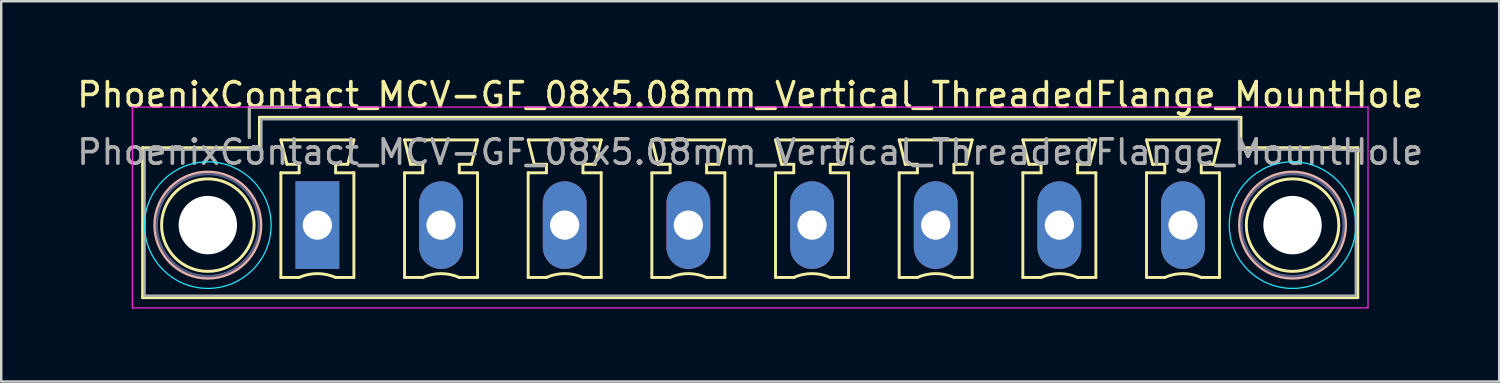
<source format=kicad_pcb>
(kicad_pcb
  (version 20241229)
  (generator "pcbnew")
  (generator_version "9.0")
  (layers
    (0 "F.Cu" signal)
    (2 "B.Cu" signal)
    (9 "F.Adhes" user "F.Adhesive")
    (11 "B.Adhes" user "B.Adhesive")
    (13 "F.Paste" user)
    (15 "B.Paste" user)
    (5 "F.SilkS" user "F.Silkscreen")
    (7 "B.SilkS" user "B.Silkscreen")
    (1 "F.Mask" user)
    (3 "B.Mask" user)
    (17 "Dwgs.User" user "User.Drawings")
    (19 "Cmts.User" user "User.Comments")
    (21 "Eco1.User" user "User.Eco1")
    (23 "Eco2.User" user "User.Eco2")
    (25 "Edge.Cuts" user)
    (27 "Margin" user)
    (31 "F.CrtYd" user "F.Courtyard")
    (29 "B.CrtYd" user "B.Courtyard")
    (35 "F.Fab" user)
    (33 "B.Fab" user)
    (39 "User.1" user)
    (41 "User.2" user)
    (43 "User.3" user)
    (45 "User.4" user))
  (footprint "PhoenixContact_MCV-GF_08x5.08mm_Vertical_ThreadedFlange_MountHole"
    (layer "F.Cu")
    (at 9.988 6.198)
    (property "Reference" "PhoenixContact_MCV-GF_08x5.08mm_Vertical_ThreadedFlange_MountHole" (at 17.78 -5.35 0) (layer "F.SilkS") (effects (font (size 1 1) (thickness 0.15))))
    (attr through_hole)
    (fp_line (start -7.18 -3.18) (end -7.18 2.98) (stroke (width 0.12) (type solid)) (layer "F.SilkS"))
    (fp_line (start -7.18 2.98) (end 42.74 2.98) (stroke (width 0.12) (type solid)) (layer "F.SilkS"))
    (fp_line (start -2.8 -4.85) (end -0.8 -4.85) (stroke (width 0.12) (type solid)) (layer "F.SilkS"))
    (fp_line (start -2.8 -3.6) (end -2.8 -4.85) (stroke (width 0.12) (type solid)) (layer "F.SilkS"))
    (fp_line (start -2.38 -4.43) (end -2.38 -3.18) (stroke (width 0.12) (type solid)) (layer "F.SilkS"))
    (fp_line (start -2.38 -3.18) (end -7.18 -3.18) (stroke (width 0.12) (type solid)) (layer "F.SilkS"))
    (fp_line (start -1.5 -3.5) (end 1.5 -3.5) (stroke (width 0.12) (type solid)) (layer "F.SilkS"))
    (fp_line (start -1.5 -2.15) (end -0.75 -2.15) (stroke (width 0.12) (type solid)) (layer "F.SilkS"))
    (fp_line (start -1.5 2.15) (end -1.5 -2.15) (stroke (width 0.12) (type solid)) (layer "F.SilkS"))
    (fp_line (start -1.25 -2.5) (end -1.5 -3.5) (stroke (width 0.12) (type solid)) (layer "F.SilkS"))
    (fp_line (start -0.75 -2.5) (end -1.25 -2.5) (stroke (width 0.12) (type solid)) (layer "F.SilkS"))
    (fp_line (start -0.75 -2.15) (end -0.75 -2.5) (stroke (width 0.12) (type solid)) (layer "F.SilkS"))
    (fp_line (start -0.75 2.15) (end -1.5 2.15) (stroke (width 0.12) (type solid)) (layer "F.SilkS"))
    (fp_line (start 0.75 -2.5) (end 0.75 -2.15) (stroke (width 0.12) (type solid)) (layer "F.SilkS"))
    (fp_line (start 0.75 -2.15) (end 1.5 -2.15) (stroke (width 0.12) (type solid)) (layer "F.SilkS"))
    (fp_line (start 1.25 -2.5) (end 0.75 -2.5) (stroke (width 0.12) (type solid)) (layer "F.SilkS"))
    (fp_line (start 1.5 -3.5) (end 1.25 -2.5) (stroke (width 0.12) (type solid)) (layer "F.SilkS"))
    (fp_line (start 1.5 -2.15) (end 1.5 2.15) (stroke (width 0.12) (type solid)) (layer "F.SilkS"))
    (fp_line (start 1.5 2.15) (end 0.75 2.15) (stroke (width 0.12) (type solid)) (layer "F.SilkS"))
    (fp_line (start 3.58 -3.5) (end 6.58 -3.5) (stroke (width 0.12) (type solid)) (layer "F.SilkS"))
    (fp_line (start 3.58 -2.15) (end 4.33 -2.15) (stroke (width 0.12) (type solid)) (layer "F.SilkS"))
    (fp_line (start 3.58 2.15) (end 3.58 -2.15) (stroke (width 0.12) (type solid)) (layer "F.SilkS"))
    (fp_line (start 3.83 -2.5) (end 3.58 -3.5) (stroke (width 0.12) (type solid)) (layer "F.SilkS"))
    (fp_line (start 4.33 -2.5) (end 3.83 -2.5) (stroke (width 0.12) (type solid)) (layer "F.SilkS"))
    (fp_line (start 4.33 -2.15) (end 4.33 -2.5) (stroke (width 0.12) (type solid)) (layer "F.SilkS"))
    (fp_line (start 4.33 2.15) (end 3.58 2.15) (stroke (width 0.12) (type solid)) (layer "F.SilkS"))
    (fp_line (start 5.83 -2.5) (end 5.83 -2.15) (stroke (width 0.12) (type solid)) (layer "F.SilkS"))
    (fp_line (start 5.83 -2.15) (end 6.58 -2.15) (stroke (width 0.12) (type solid)) (layer "F.SilkS"))
    (fp_line (start 6.33 -2.5) (end 5.83 -2.5) (stroke (width 0.12) (type solid)) (layer "F.SilkS"))
    (fp_line (start 6.58 -3.5) (end 6.33 -2.5) (stroke (width 0.12) (type solid)) (layer "F.SilkS"))
    (fp_line (start 6.58 -2.15) (end 6.58 2.15) (stroke (width 0.12) (type solid)) (layer "F.SilkS"))
    (fp_line (start 6.58 2.15) (end 5.83 2.15) (stroke (width 0.12) (type solid)) (layer "F.SilkS"))
    (fp_line (start 8.66 -3.5) (end 11.66 -3.5) (stroke (width 0.12) (type solid)) (layer "F.SilkS"))
    (fp_line (start 8.66 -2.15) (end 9.41 -2.15) (stroke (width 0.12) (type solid)) (layer "F.SilkS"))
    (fp_line (start 8.66 2.15) (end 8.66 -2.15) (stroke (width 0.12) (type solid)) (layer "F.SilkS"))
    (fp_line (start 8.91 -2.5) (end 8.66 -3.5) (stroke (width 0.12) (type solid)) (layer "F.SilkS"))
    (fp_line (start 9.41 -2.5) (end 8.91 -2.5) (stroke (width 0.12) (type solid)) (layer "F.SilkS"))
    (fp_line (start 9.41 -2.15) (end 9.41 -2.5) (stroke (width 0.12) (type solid)) (layer "F.SilkS"))
    (fp_line (start 9.41 2.15) (end 8.66 2.15) (stroke (width 0.12) (type solid)) (layer "F.SilkS"))
    (fp_line (start 10.91 -2.5) (end 10.91 -2.15) (stroke (width 0.12) (type solid)) (layer "F.SilkS"))
    (fp_line (start 10.91 -2.15) (end 11.66 -2.15) (stroke (width 0.12) (type solid)) (layer "F.SilkS"))
    (fp_line (start 11.41 -2.5) (end 10.91 -2.5) (stroke (width 0.12) (type solid)) (layer "F.SilkS"))
    (fp_line (start 11.66 -3.5) (end 11.41 -2.5) (stroke (width 0.12) (type solid)) (layer "F.SilkS"))
    (fp_line (start 11.66 -2.15) (end 11.66 2.15) (stroke (width 0.12) (type solid)) (layer "F.SilkS"))
    (fp_line (start 11.66 2.15) (end 10.91 2.15) (stroke (width 0.12) (type solid)) (layer "F.SilkS"))
    (fp_line (start 13.74 -3.5) (end 16.74 -3.5) (stroke (width 0.12) (type solid)) (layer "F.SilkS"))
    (fp_line (start 13.74 -2.15) (end 14.49 -2.15) (stroke (width 0.12) (type solid)) (layer "F.SilkS"))
    (fp_line (start 13.74 2.15) (end 13.74 -2.15) (stroke (width 0.12) (type solid)) (layer "F.SilkS"))
    (fp_line (start 13.99 -2.5) (end 13.74 -3.5) (stroke (width 0.12) (type solid)) (layer "F.SilkS"))
    (fp_line (start 14.49 -2.5) (end 13.99 -2.5) (stroke (width 0.12) (type solid)) (layer "F.SilkS"))
    (fp_line (start 14.49 -2.15) (end 14.49 -2.5) (stroke (width 0.12) (type solid)) (layer "F.SilkS"))
    (fp_line (start 14.49 2.15) (end 13.74 2.15) (stroke (width 0.12) (type solid)) (layer "F.SilkS"))
    (fp_line (start 15.99 -2.5) (end 15.99 -2.15) (stroke (width 0.12) (type solid)) (layer "F.SilkS"))
    (fp_line (start 15.99 -2.15) (end 16.74 -2.15) (stroke (width 0.12) (type solid)) (layer "F.SilkS"))
    (fp_line (start 16.49 -2.5) (end 15.99 -2.5) (stroke (width 0.12) (type solid)) (layer "F.SilkS"))
    (fp_line (start 16.74 -3.5) (end 16.49 -2.5) (stroke (width 0.12) (type solid)) (layer "F.SilkS"))
    (fp_line (start 16.74 -2.15) (end 16.74 2.15) (stroke (width 0.12) (type solid)) (layer "F.SilkS"))
    (fp_line (start 16.74 2.15) (end 15.99 2.15) (stroke (width 0.12) (type solid)) (layer "F.SilkS"))
    (fp_line (start 18.82 -3.5) (end 21.82 -3.5) (stroke (width 0.12) (type solid)) (layer "F.SilkS"))
    (fp_line (start 18.82 -2.15) (end 19.57 -2.15) (stroke (width 0.12) (type solid)) (layer "F.SilkS"))
    (fp_line (start 18.82 2.15) (end 18.82 -2.15) (stroke (width 0.12) (type solid)) (layer "F.SilkS"))
    (fp_line (start 19.07 -2.5) (end 18.82 -3.5) (stroke (width 0.12) (type solid)) (layer "F.SilkS"))
    (fp_line (start 19.57 -2.5) (end 19.07 -2.5) (stroke (width 0.12) (type solid)) (layer "F.SilkS"))
    (fp_line (start 19.57 -2.15) (end 19.57 -2.5) (stroke (width 0.12) (type solid)) (layer "F.SilkS"))
    (fp_line (start 19.57 2.15) (end 18.82 2.15) (stroke (width 0.12) (type solid)) (layer "F.SilkS"))
    (fp_line (start 21.07 -2.5) (end 21.07 -2.15) (stroke (width 0.12) (type solid)) (layer "F.SilkS"))
    (fp_line (start 21.07 -2.15) (end 21.82 -2.15) (stroke (width 0.12) (type solid)) (layer "F.SilkS"))
    (fp_line (start 21.57 -2.5) (end 21.07 -2.5) (stroke (width 0.12) (type solid)) (layer "F.SilkS"))
    (fp_line (start 21.82 -3.5) (end 21.57 -2.5) (stroke (width 0.12) (type solid)) (layer "F.SilkS"))
    (fp_line (start 21.82 -2.15) (end 21.82 2.15) (stroke (width 0.12) (type solid)) (layer "F.SilkS"))
    (fp_line (start 21.82 2.15) (end 21.07 2.15) (stroke (width 0.12) (type solid)) (layer "F.SilkS"))
    (fp_line (start 23.9 -3.5) (end 26.9 -3.5) (stroke (width 0.12) (type solid)) (layer "F.SilkS"))
    (fp_line (start 23.9 -2.15) (end 24.65 -2.15) (stroke (width 0.12) (type solid)) (layer "F.SilkS"))
    (fp_line (start 23.9 2.15) (end 23.9 -2.15) (stroke (width 0.12) (type solid)) (layer "F.SilkS"))
    (fp_line (start 24.15 -2.5) (end 23.9 -3.5) (stroke (width 0.12) (type solid)) (layer "F.SilkS"))
    (fp_line (start 24.65 -2.5) (end 24.15 -2.5) (stroke (width 0.12) (type solid)) (layer "F.SilkS"))
    (fp_line (start 24.65 -2.15) (end 24.65 -2.5) (stroke (width 0.12) (type solid)) (layer "F.SilkS"))
    (fp_line (start 24.65 2.15) (end 23.9 2.15) (stroke (width 0.12) (type solid)) (layer "F.SilkS"))
    (fp_line (start 26.15 -2.5) (end 26.15 -2.15) (stroke (width 0.12) (type solid)) (layer "F.SilkS"))
    (fp_line (start 26.15 -2.15) (end 26.9 -2.15) (stroke (width 0.12) (type solid)) (layer "F.SilkS"))
    (fp_line (start 26.65 -2.5) (end 26.15 -2.5) (stroke (width 0.12) (type solid)) (layer "F.SilkS"))
    (fp_line (start 26.9 -3.5) (end 26.65 -2.5) (stroke (width 0.12) (type solid)) (layer "F.SilkS"))
    (fp_line (start 26.9 -2.15) (end 26.9 2.15) (stroke (width 0.12) (type solid)) (layer "F.SilkS"))
    (fp_line (start 26.9 2.15) (end 26.15 2.15) (stroke (width 0.12) (type solid)) (layer "F.SilkS"))
    (fp_line (start 28.98 -3.5) (end 31.98 -3.5) (stroke (width 0.12) (type solid)) (layer "F.SilkS"))
    (fp_line (start 28.98 -2.15) (end 29.73 -2.15) (stroke (width 0.12) (type solid)) (layer "F.SilkS"))
    (fp_line (start 28.98 2.15) (end 28.98 -2.15) (stroke (width 0.12) (type solid)) (layer "F.SilkS"))
    (fp_line (start 29.23 -2.5) (end 28.98 -3.5) (stroke (width 0.12) (type solid)) (layer "F.SilkS"))
    (fp_line (start 29.73 -2.5) (end 29.23 -2.5) (stroke (width 0.12) (type solid)) (layer "F.SilkS"))
    (fp_line (start 29.73 -2.15) (end 29.73 -2.5) (stroke (width 0.12) (type solid)) (layer "F.SilkS"))
    (fp_line (start 29.73 2.15) (end 28.98 2.15) (stroke (width 0.12) (type solid)) (layer "F.SilkS"))
    (fp_line (start 31.23 -2.5) (end 31.23 -2.15) (stroke (width 0.12) (type solid)) (layer "F.SilkS"))
    (fp_line (start 31.23 -2.15) (end 31.98 -2.15) (stroke (width 0.12) (type solid)) (layer "F.SilkS"))
    (fp_line (start 31.73 -2.5) (end 31.23 -2.5) (stroke (width 0.12) (type solid)) (layer "F.SilkS"))
    (fp_line (start 31.98 -3.5) (end 31.73 -2.5) (stroke (width 0.12) (type solid)) (layer "F.SilkS"))
    (fp_line (start 31.98 -2.15) (end 31.98 2.15) (stroke (width 0.12) (type solid)) (layer "F.SilkS"))
    (fp_line (start 31.98 2.15) (end 31.23 2.15) (stroke (width 0.12) (type solid)) (layer "F.SilkS"))
    (fp_line (start 34.06 -3.5) (end 37.06 -3.5) (stroke (width 0.12) (type solid)) (layer "F.SilkS"))
    (fp_line (start 34.06 -2.15) (end 34.81 -2.15) (stroke (width 0.12) (type solid)) (layer "F.SilkS"))
    (fp_line (start 34.06 2.15) (end 34.06 -2.15) (stroke (width 0.12) (type solid)) (layer "F.SilkS"))
    (fp_line (start 34.31 -2.5) (end 34.06 -3.5) (stroke (width 0.12) (type solid)) (layer "F.SilkS"))
    (fp_line (start 34.81 -2.5) (end 34.31 -2.5) (stroke (width 0.12) (type solid)) (layer "F.SilkS"))
    (fp_line (start 34.81 -2.15) (end 34.81 -2.5) (stroke (width 0.12) (type solid)) (layer "F.SilkS"))
    (fp_line (start 34.81 2.15) (end 34.06 2.15) (stroke (width 0.12) (type solid)) (layer "F.SilkS"))
    (fp_line (start 36.31 -2.5) (end 36.31 -2.15) (stroke (width 0.12) (type solid)) (layer "F.SilkS"))
    (fp_line (start 36.31 -2.15) (end 37.06 -2.15) (stroke (width 0.12) (type solid)) (layer "F.SilkS"))
    (fp_line (start 36.81 -2.5) (end 36.31 -2.5) (stroke (width 0.12) (type solid)) (layer "F.SilkS"))
    (fp_line (start 37.06 -3.5) (end 36.81 -2.5) (stroke (width 0.12) (type solid)) (layer "F.SilkS"))
    (fp_line (start 37.06 -2.15) (end 37.06 2.15) (stroke (width 0.12) (type solid)) (layer "F.SilkS"))
    (fp_line (start 37.06 2.15) (end 36.31 2.15) (stroke (width 0.12) (type solid)) (layer "F.SilkS"))
    (fp_line (start 37.94 -4.43) (end -2.38 -4.43) (stroke (width 0.12) (type solid)) (layer "F.SilkS"))
    (fp_line (start 37.94 -3.18) (end 37.94 -4.43) (stroke (width 0.12) (type solid)) (layer "F.SilkS"))
    (fp_line (start 42.74 -3.18) (end 37.94 -3.18) (stroke (width 0.12) (type solid)) (layer "F.SilkS"))
    (fp_line (start 42.74 2.98) (end 42.74 -3.18) (stroke (width 0.12) (type solid)) (layer "F.SilkS"))
    (fp_arc (start -0.75 2.15) (mid -0.000193 1.99191) (end 0.749647 2.149844) (stroke (width 0.12) (type solid)) (layer "F.SilkS"))
    (fp_arc (start 4.33 2.15) (mid 5.079807 1.99191) (end 5.829647 2.149844) (stroke (width 0.12) (type solid)) (layer "F.SilkS"))
    (fp_arc (start 9.41 2.15) (mid 10.159807 1.99191) (end 10.909647 2.149844) (stroke (width 0.12) (type solid)) (layer "F.SilkS"))
    (fp_arc (start 14.49 2.15) (mid 15.239807 1.99191) (end 15.989647 2.149844) (stroke (width 0.12) (type solid)) (layer "F.SilkS"))
    (fp_arc (start 19.57 2.15) (mid 20.319807 1.99191) (end 21.069647 2.149844) (stroke (width 0.12) (type solid)) (layer "F.SilkS"))
    (fp_arc (start 24.65 2.15) (mid 25.399807 1.99191) (end 26.149647 2.149844) (stroke (width 0.12) (type solid)) (layer "F.SilkS"))
    (fp_arc (start 29.73 2.15) (mid 30.479807 1.99191) (end 31.229647 2.149844) (stroke (width 0.12) (type solid)) (layer "F.SilkS"))
    (fp_arc (start 34.81 2.15) (mid 35.559807 1.99191) (end 36.309647 2.149844) (stroke (width 0.12) (type solid)) (layer "F.SilkS"))
    (fp_circle (center -4.5 0) (end -2.6 0) (stroke (width 0.12) (type solid)) (fill no) (layer "F.SilkS"))
    (fp_circle (center 40.06 0) (end 41.96 0) (stroke (width 0.12) (type solid)) (fill no) (layer "F.SilkS"))
    (fp_circle (center -4.5 0) (end -2.32 0) (stroke (width 0.12) (type solid)) (fill no) (layer "B.SilkS"))
    (fp_circle (center 40.06 0) (end 42.24 0) (stroke (width 0.12) (type solid)) (fill no) (layer "B.SilkS"))
    (fp_circle (center -4.5 0) (end -1.9 0) (stroke (width 0.05) (type solid)) (fill no) (layer "B.CrtYd"))
    (fp_circle (center 40.06 0) (end 42.66 0) (stroke (width 0.05) (type solid)) (fill no) (layer "B.CrtYd"))
    (fp_line (start -7.6 -4.85) (end -7.6 3.4) (stroke (width 0.05) (type solid)) (layer "F.CrtYd"))
    (fp_line (start -7.6 3.4) (end 43.16 3.4) (stroke (width 0.05) (type solid)) (layer "F.CrtYd"))
    (fp_line (start 43.16 -4.85) (end -7.6 -4.85) (stroke (width 0.05) (type solid)) (layer "F.CrtYd"))
    (fp_line (start 43.16 3.4) (end 43.16 -4.85) (stroke (width 0.05) (type solid)) (layer "F.CrtYd"))
    (fp_circle (center -4.5 0) (end -2.4 0) (stroke (width 0.1) (type solid)) (fill no) (layer "B.Fab"))
    (fp_circle (center 40.06 0) (end 42.16 0) (stroke (width 0.1) (type solid)) (fill no) (layer "B.Fab"))
    (fp_line (start -7.1 -3.1) (end -7.1 2.9) (stroke (width 0.1) (type solid)) (layer "F.Fab"))
    (fp_line (start -7.1 2.9) (end 42.66 2.9) (stroke (width 0.1) (type solid)) (layer "F.Fab"))
    (fp_line (start -2.8 -4.85) (end -0.8 -4.85) (stroke (width 0.1) (type solid)) (layer "F.Fab"))
    (fp_line (start -2.8 -3.6) (end -2.8 -4.85) (stroke (width 0.1) (type solid)) (layer "F.Fab"))
    (fp_line (start -2.3 -4.35) (end -2.3 -3.1) (stroke (width 0.1) (type solid)) (layer "F.Fab"))
    (fp_line (start -2.3 -3.1) (end -7.1 -3.1) (stroke (width 0.1) (type solid)) (layer "F.Fab"))
    (fp_line (start 37.86 -4.35) (end -2.3 -4.35) (stroke (width 0.1) (type solid)) (layer "F.Fab"))
    (fp_line (start 37.86 -3.1) (end 37.86 -4.35) (stroke (width 0.1) (type solid)) (layer "F.Fab"))
    (fp_line (start 42.66 -3.1) (end 37.86 -3.1) (stroke (width 0.1) (type solid)) (layer "F.Fab"))
    (fp_line (start 42.66 2.9) (end 42.66 -3.1) (stroke (width 0.1) (type solid)) (layer "F.Fab"))
    (fp_text user "${REFERENCE}" (at 17.78 -3 0) (layer "F.Fab") (effects (font (size 1 1) (thickness 0.15))))
    (pad "" np_thru_hole circle (at -4.5 0) (size 2.4 2.4) (drill 2.4) (layers "*.Cu" "*.Mask"))
    (pad "" np_thru_hole circle (at 40.06 0) (size 2.4 2.4) (drill 2.4) (layers "*.Cu" "*.Mask"))
    (pad "1" thru_hole rect (at 0 0) (size 1.8 3.6) (drill 1.2) (layers "*.Cu" "*.Mask"))
    (pad "2" thru_hole oval (at 5.08 0) (size 1.8 3.6) (drill 1.2) (layers "*.Cu" "*.Mask"))
    (pad "3" thru_hole oval (at 10.16 0) (size 1.8 3.6) (drill 1.2) (layers "*.Cu" "*.Mask"))
    (pad "4" thru_hole oval (at 15.24 0) (size 1.8 3.6) (drill 1.2) (layers "*.Cu" "*.Mask"))
    (pad "5" thru_hole oval (at 20.32 0) (size 1.8 3.6) (drill 1.2) (layers "*.Cu" "*.Mask"))
    (pad "6" thru_hole oval (at 25.4 0) (size 1.8 3.6) (drill 1.2) (layers "*.Cu" "*.Mask"))
    (pad "7" thru_hole oval (at 30.48 0) (size 1.8 3.6) (drill 1.2) (layers "*.Cu" "*.Mask"))
    (pad "8" thru_hole oval (at 35.56 0) (size 1.8 3.6) (drill 1.2) (layers "*.Cu" "*.Mask")))
  (gr_rect
    (start -3 -3)
    (end 58.536 12.623)
    (stroke (width 0.1) (type default))
    (fill no)
    (layer "Edge.Cuts")))
</source>
